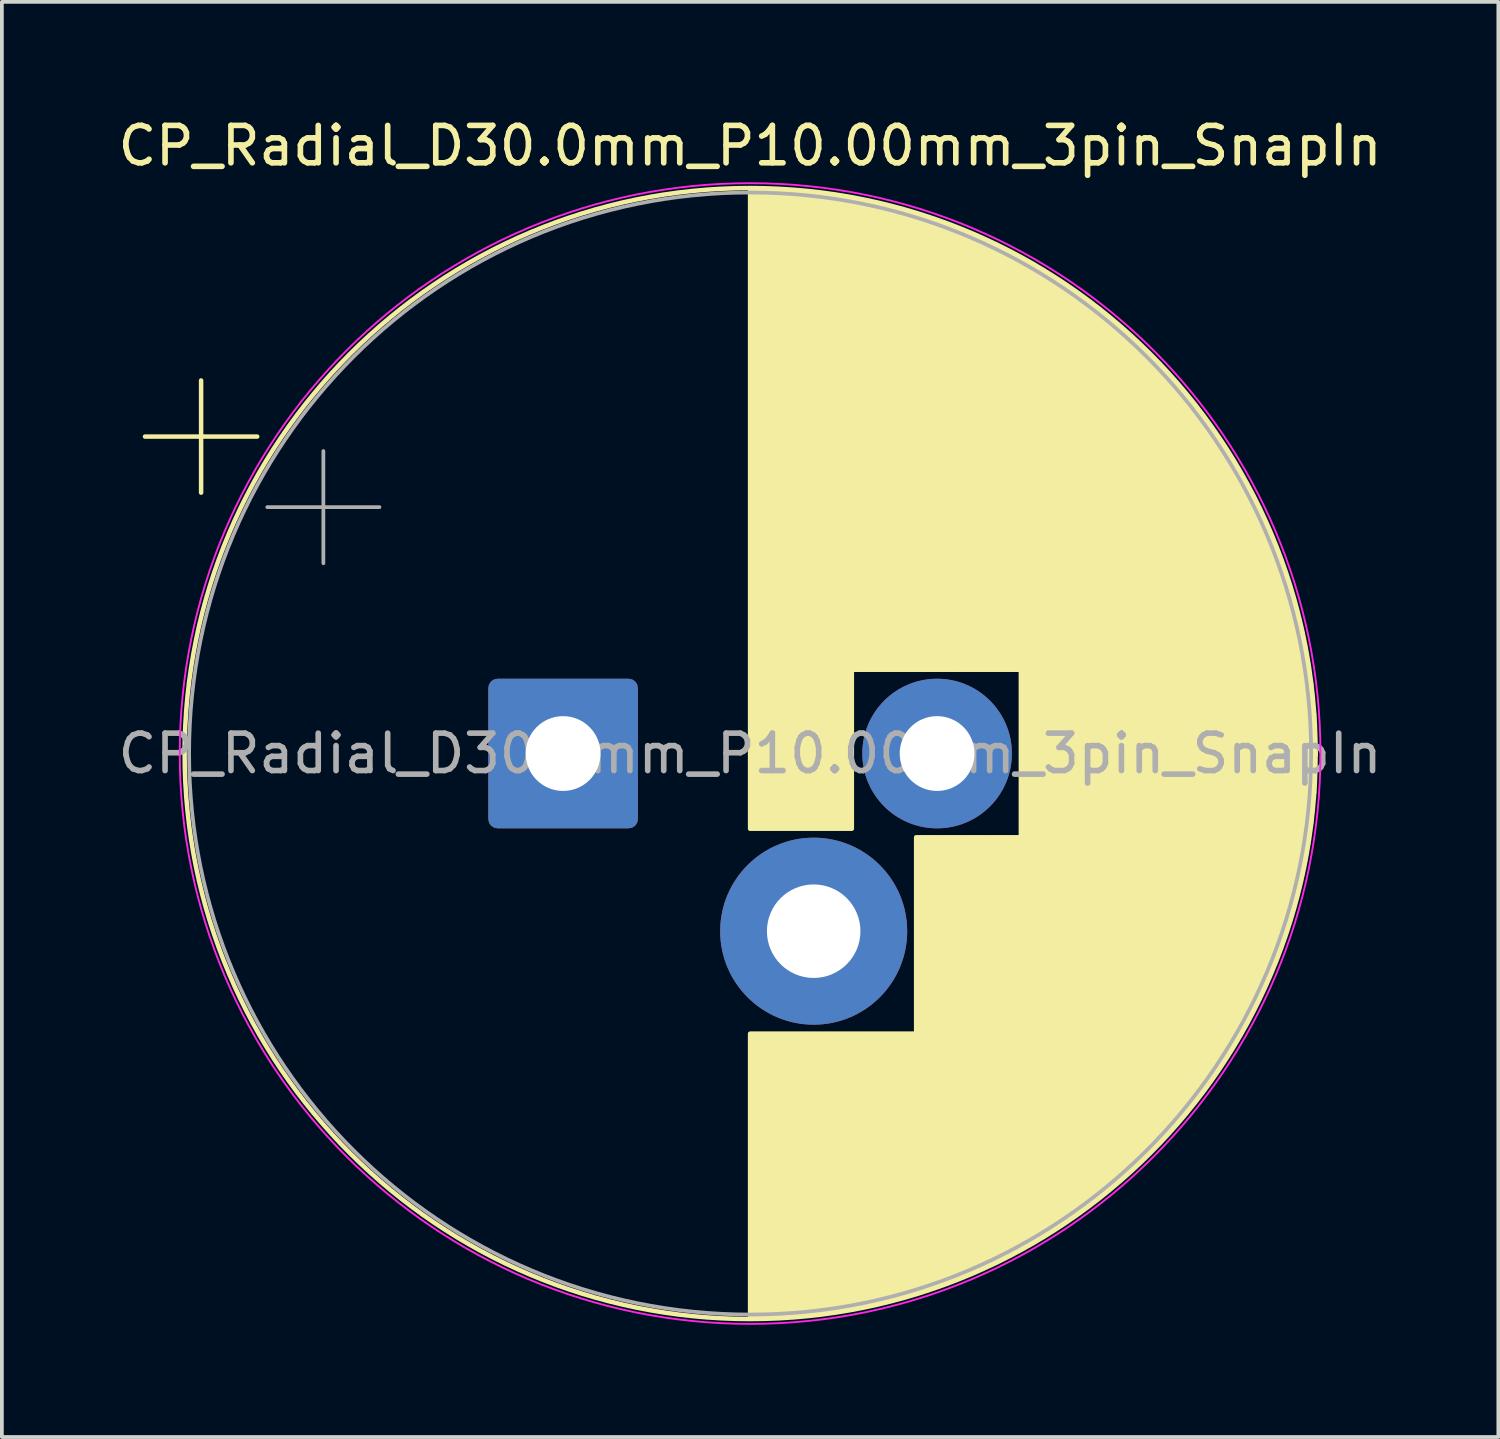
<source format=kicad_pcb>
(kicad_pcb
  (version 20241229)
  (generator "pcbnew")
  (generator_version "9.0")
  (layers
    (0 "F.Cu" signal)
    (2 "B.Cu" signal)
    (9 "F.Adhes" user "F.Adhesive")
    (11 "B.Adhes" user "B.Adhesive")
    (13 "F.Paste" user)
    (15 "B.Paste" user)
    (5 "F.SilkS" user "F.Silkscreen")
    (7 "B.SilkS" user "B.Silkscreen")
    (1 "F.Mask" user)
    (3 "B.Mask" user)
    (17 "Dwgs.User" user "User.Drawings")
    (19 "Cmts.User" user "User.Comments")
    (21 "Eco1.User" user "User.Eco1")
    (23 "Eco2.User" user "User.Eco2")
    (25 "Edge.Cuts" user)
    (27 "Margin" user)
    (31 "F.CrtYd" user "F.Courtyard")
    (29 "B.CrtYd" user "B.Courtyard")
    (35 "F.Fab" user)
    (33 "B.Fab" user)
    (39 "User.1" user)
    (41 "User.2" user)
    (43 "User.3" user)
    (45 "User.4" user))
  (footprint "CP_Radial_D30.0mm_P10.00mm_3pin_SnapIn"
    (layer "F.Cu")
    (at 12.006 17.098)
    (property "Reference" "CP_Radial_D30.0mm_P10.00mm_3pin_SnapIn" (at 5 -16.25 0) (layer "F.SilkS") (effects (font (size 1 1) (thickness 0.15))))
    (attr through_hole)
    (fp_line (start -11.179 -8.475) (end -8.179 -8.475) (stroke (width 0.12) (type solid)) (layer "F.SilkS"))
    (fp_line (start -9.679 -9.975) (end -9.679 -6.975) (stroke (width 0.12) (type solid)) (layer "F.SilkS"))
    (fp_line (start 5 -15.08) (end 5 2.01) (stroke (width 0.12) (type solid)) (layer "F.SilkS"))
    (fp_line (start 5 7.49) (end 5 15.08) (stroke (width 0.12) (type solid)) (layer "F.SilkS"))
    (fp_line (start 5.04 -15.08) (end 5.04 2.01) (stroke (width 0.12) (type solid)) (layer "F.SilkS"))
    (fp_line (start 5.04 7.49) (end 5.04 15.08) (stroke (width 0.12) (type solid)) (layer "F.SilkS"))
    (fp_line (start 5.08 -15.08) (end 5.08 2.01) (stroke (width 0.12) (type solid)) (layer "F.SilkS"))
    (fp_line (start 5.08 7.49) (end 5.08 15.08) (stroke (width 0.12) (type solid)) (layer "F.SilkS"))
    (fp_line (start 5.12 -15.08) (end 5.12 2.01) (stroke (width 0.12) (type solid)) (layer "F.SilkS"))
    (fp_line (start 5.12 7.49) (end 5.12 15.08) (stroke (width 0.12) (type solid)) (layer "F.SilkS"))
    (fp_line (start 5.16 -15.079) (end 5.16 2.01) (stroke (width 0.12) (type solid)) (layer "F.SilkS"))
    (fp_line (start 5.16 7.49) (end 5.16 15.079) (stroke (width 0.12) (type solid)) (layer "F.SilkS"))
    (fp_line (start 5.2 -15.079) (end 5.2 2.01) (stroke (width 0.12) (type solid)) (layer "F.SilkS"))
    (fp_line (start 5.2 7.49) (end 5.2 15.079) (stroke (width 0.12) (type solid)) (layer "F.SilkS"))
    (fp_line (start 5.24 -15.078) (end 5.24 2.01) (stroke (width 0.12) (type solid)) (layer "F.SilkS"))
    (fp_line (start 5.24 7.49) (end 5.24 15.078) (stroke (width 0.12) (type solid)) (layer "F.SilkS"))
    (fp_line (start 5.28 -15.077) (end 5.28 2.01) (stroke (width 0.12) (type solid)) (layer "F.SilkS"))
    (fp_line (start 5.28 7.49) (end 5.28 15.077) (stroke (width 0.12) (type solid)) (layer "F.SilkS"))
    (fp_line (start 5.32 -15.077) (end 5.32 2.01) (stroke (width 0.12) (type solid)) (layer "F.SilkS"))
    (fp_line (start 5.32 7.49) (end 5.32 15.077) (stroke (width 0.12) (type solid)) (layer "F.SilkS"))
    (fp_line (start 5.36 -15.076) (end 5.36 2.01) (stroke (width 0.12) (type solid)) (layer "F.SilkS"))
    (fp_line (start 5.36 7.49) (end 5.36 15.076) (stroke (width 0.12) (type solid)) (layer "F.SilkS"))
    (fp_line (start 5.4 -15.075) (end 5.4 2.01) (stroke (width 0.12) (type solid)) (layer "F.SilkS"))
    (fp_line (start 5.4 7.49) (end 5.4 15.075) (stroke (width 0.12) (type solid)) (layer "F.SilkS"))
    (fp_line (start 5.44 -15.074) (end 5.44 2.01) (stroke (width 0.12) (type solid)) (layer "F.SilkS"))
    (fp_line (start 5.44 7.49) (end 5.44 15.074) (stroke (width 0.12) (type solid)) (layer "F.SilkS"))
    (fp_line (start 5.48 -15.072) (end 5.48 2.01) (stroke (width 0.12) (type solid)) (layer "F.SilkS"))
    (fp_line (start 5.48 7.49) (end 5.48 15.072) (stroke (width 0.12) (type solid)) (layer "F.SilkS"))
    (fp_line (start 5.52 -15.071) (end 5.52 2.01) (stroke (width 0.12) (type solid)) (layer "F.SilkS"))
    (fp_line (start 5.52 7.49) (end 5.52 15.071) (stroke (width 0.12) (type solid)) (layer "F.SilkS"))
    (fp_line (start 5.56 -15.07) (end 5.56 2.01) (stroke (width 0.12) (type solid)) (layer "F.SilkS"))
    (fp_line (start 5.56 7.49) (end 5.56 15.07) (stroke (width 0.12) (type solid)) (layer "F.SilkS"))
    (fp_line (start 5.6 -15.068) (end 5.6 2.01) (stroke (width 0.12) (type solid)) (layer "F.SilkS"))
    (fp_line (start 5.6 7.49) (end 5.6 15.068) (stroke (width 0.12) (type solid)) (layer "F.SilkS"))
    (fp_line (start 5.64 -15.066) (end 5.64 2.01) (stroke (width 0.12) (type solid)) (layer "F.SilkS"))
    (fp_line (start 5.64 7.49) (end 5.64 15.066) (stroke (width 0.12) (type solid)) (layer "F.SilkS"))
    (fp_line (start 5.68 -15.065) (end 5.68 2.01) (stroke (width 0.12) (type solid)) (layer "F.SilkS"))
    (fp_line (start 5.68 7.49) (end 5.68 15.065) (stroke (width 0.12) (type solid)) (layer "F.SilkS"))
    (fp_line (start 5.72 -15.063) (end 5.72 2.01) (stroke (width 0.12) (type solid)) (layer "F.SilkS"))
    (fp_line (start 5.72 7.49) (end 5.72 15.063) (stroke (width 0.12) (type solid)) (layer "F.SilkS"))
    (fp_line (start 5.76 -15.061) (end 5.76 2.01) (stroke (width 0.12) (type solid)) (layer "F.SilkS"))
    (fp_line (start 5.76 7.49) (end 5.76 15.061) (stroke (width 0.12) (type solid)) (layer "F.SilkS"))
    (fp_line (start 5.8 -15.059) (end 5.8 2.01) (stroke (width 0.12) (type solid)) (layer "F.SilkS"))
    (fp_line (start 5.8 7.49) (end 5.8 15.059) (stroke (width 0.12) (type solid)) (layer "F.SilkS"))
    (fp_line (start 5.84 -15.057) (end 5.84 2.01) (stroke (width 0.12) (type solid)) (layer "F.SilkS"))
    (fp_line (start 5.84 7.49) (end 5.84 15.057) (stroke (width 0.12) (type solid)) (layer "F.SilkS"))
    (fp_line (start 5.88 -15.054) (end 5.88 2.01) (stroke (width 0.12) (type solid)) (layer "F.SilkS"))
    (fp_line (start 5.88 7.49) (end 5.88 15.054) (stroke (width 0.12) (type solid)) (layer "F.SilkS"))
    (fp_line (start 5.92 -15.052) (end 5.92 2.01) (stroke (width 0.12) (type solid)) (layer "F.SilkS"))
    (fp_line (start 5.92 7.49) (end 5.92 15.052) (stroke (width 0.12) (type solid)) (layer "F.SilkS"))
    (fp_line (start 5.96 -15.049) (end 5.96 2.01) (stroke (width 0.12) (type solid)) (layer "F.SilkS"))
    (fp_line (start 5.96 7.49) (end 5.96 15.049) (stroke (width 0.12) (type solid)) (layer "F.SilkS"))
    (fp_line (start 6 -15.047) (end 6 2.01) (stroke (width 0.12) (type solid)) (layer "F.SilkS"))
    (fp_line (start 6 7.49) (end 6 15.047) (stroke (width 0.12) (type solid)) (layer "F.SilkS"))
    (fp_line (start 6.04 -15.044) (end 6.04 2.01) (stroke (width 0.12) (type solid)) (layer "F.SilkS"))
    (fp_line (start 6.04 7.49) (end 6.04 15.044) (stroke (width 0.12) (type solid)) (layer "F.SilkS"))
    (fp_line (start 6.08 -15.041) (end 6.08 2.01) (stroke (width 0.12) (type solid)) (layer "F.SilkS"))
    (fp_line (start 6.08 7.49) (end 6.08 15.041) (stroke (width 0.12) (type solid)) (layer "F.SilkS"))
    (fp_line (start 6.12 -15.038) (end 6.12 2.01) (stroke (width 0.12) (type solid)) (layer "F.SilkS"))
    (fp_line (start 6.12 7.49) (end 6.12 15.038) (stroke (width 0.12) (type solid)) (layer "F.SilkS"))
    (fp_line (start 6.16 -15.035) (end 6.16 2.01) (stroke (width 0.12) (type solid)) (layer "F.SilkS"))
    (fp_line (start 6.16 7.49) (end 6.16 15.035) (stroke (width 0.12) (type solid)) (layer "F.SilkS"))
    (fp_line (start 6.2 -15.032) (end 6.2 2.01) (stroke (width 0.12) (type solid)) (layer "F.SilkS"))
    (fp_line (start 6.2 7.49) (end 6.2 15.032) (stroke (width 0.12) (type solid)) (layer "F.SilkS"))
    (fp_line (start 6.24 -15.029) (end 6.24 2.01) (stroke (width 0.12) (type solid)) (layer "F.SilkS"))
    (fp_line (start 6.24 7.49) (end 6.24 15.029) (stroke (width 0.12) (type solid)) (layer "F.SilkS"))
    (fp_line (start 6.28 -15.026) (end 6.28 2.01) (stroke (width 0.12) (type solid)) (layer "F.SilkS"))
    (fp_line (start 6.28 7.49) (end 6.28 15.026) (stroke (width 0.12) (type solid)) (layer "F.SilkS"))
    (fp_line (start 6.32 -15.022) (end 6.32 2.01) (stroke (width 0.12) (type solid)) (layer "F.SilkS"))
    (fp_line (start 6.32 7.49) (end 6.32 15.022) (stroke (width 0.12) (type solid)) (layer "F.SilkS"))
    (fp_line (start 6.36 -15.019) (end 6.36 2.01) (stroke (width 0.12) (type solid)) (layer "F.SilkS"))
    (fp_line (start 6.36 7.49) (end 6.36 15.019) (stroke (width 0.12) (type solid)) (layer "F.SilkS"))
    (fp_line (start 6.4 -15.015) (end 6.4 2.01) (stroke (width 0.12) (type solid)) (layer "F.SilkS"))
    (fp_line (start 6.4 7.49) (end 6.4 15.015) (stroke (width 0.12) (type solid)) (layer "F.SilkS"))
    (fp_line (start 6.44 -15.011) (end 6.44 2.01) (stroke (width 0.12) (type solid)) (layer "F.SilkS"))
    (fp_line (start 6.44 7.49) (end 6.44 15.011) (stroke (width 0.12) (type solid)) (layer "F.SilkS"))
    (fp_line (start 6.48 -15.007) (end 6.48 2.01) (stroke (width 0.12) (type solid)) (layer "F.SilkS"))
    (fp_line (start 6.48 7.49) (end 6.48 15.007) (stroke (width 0.12) (type solid)) (layer "F.SilkS"))
    (fp_line (start 6.52 -15.003) (end 6.52 2.01) (stroke (width 0.12) (type solid)) (layer "F.SilkS"))
    (fp_line (start 6.52 7.49) (end 6.52 15.003) (stroke (width 0.12) (type solid)) (layer "F.SilkS"))
    (fp_line (start 6.56 -14.999) (end 6.56 2.01) (stroke (width 0.12) (type solid)) (layer "F.SilkS"))
    (fp_line (start 6.56 7.49) (end 6.56 14.999) (stroke (width 0.12) (type solid)) (layer "F.SilkS"))
    (fp_line (start 6.6 -14.995) (end 6.6 2.01) (stroke (width 0.12) (type solid)) (layer "F.SilkS"))
    (fp_line (start 6.6 7.49) (end 6.6 14.995) (stroke (width 0.12) (type solid)) (layer "F.SilkS"))
    (fp_line (start 6.64 -14.991) (end 6.64 2.01) (stroke (width 0.12) (type solid)) (layer "F.SilkS"))
    (fp_line (start 6.64 7.49) (end 6.64 14.991) (stroke (width 0.12) (type solid)) (layer "F.SilkS"))
    (fp_line (start 6.68 -14.986) (end 6.68 2.01) (stroke (width 0.12) (type solid)) (layer "F.SilkS"))
    (fp_line (start 6.68 7.49) (end 6.68 14.986) (stroke (width 0.12) (type solid)) (layer "F.SilkS"))
    (fp_line (start 6.72 -14.982) (end 6.72 2.01) (stroke (width 0.12) (type solid)) (layer "F.SilkS"))
    (fp_line (start 6.72 7.49) (end 6.72 14.982) (stroke (width 0.12) (type solid)) (layer "F.SilkS"))
    (fp_line (start 6.76 -14.977) (end 6.76 2.01) (stroke (width 0.12) (type solid)) (layer "F.SilkS"))
    (fp_line (start 6.76 7.49) (end 6.76 14.977) (stroke (width 0.12) (type solid)) (layer "F.SilkS"))
    (fp_line (start 6.8 -14.972) (end 6.8 2.01) (stroke (width 0.12) (type solid)) (layer "F.SilkS"))
    (fp_line (start 6.8 7.49) (end 6.8 14.972) (stroke (width 0.12) (type solid)) (layer "F.SilkS"))
    (fp_line (start 6.84 -14.968) (end 6.84 2.01) (stroke (width 0.12) (type solid)) (layer "F.SilkS"))
    (fp_line (start 6.84 7.49) (end 6.84 14.968) (stroke (width 0.12) (type solid)) (layer "F.SilkS"))
    (fp_line (start 6.88 -14.963) (end 6.88 2.01) (stroke (width 0.12) (type solid)) (layer "F.SilkS"))
    (fp_line (start 6.88 7.49) (end 6.88 14.963) (stroke (width 0.12) (type solid)) (layer "F.SilkS"))
    (fp_line (start 6.92 -14.958) (end 6.92 2.01) (stroke (width 0.12) (type solid)) (layer "F.SilkS"))
    (fp_line (start 6.92 7.49) (end 6.92 14.958) (stroke (width 0.12) (type solid)) (layer "F.SilkS"))
    (fp_line (start 6.96 -14.952) (end 6.96 2.01) (stroke (width 0.12) (type solid)) (layer "F.SilkS"))
    (fp_line (start 6.96 7.49) (end 6.96 14.952) (stroke (width 0.12) (type solid)) (layer "F.SilkS"))
    (fp_line (start 7 -14.947) (end 7 2.01) (stroke (width 0.12) (type solid)) (layer "F.SilkS"))
    (fp_line (start 7 7.49) (end 7 14.947) (stroke (width 0.12) (type solid)) (layer "F.SilkS"))
    (fp_line (start 7.04 -14.942) (end 7.04 2.01) (stroke (width 0.12) (type solid)) (layer "F.SilkS"))
    (fp_line (start 7.04 7.49) (end 7.04 14.942) (stroke (width 0.12) (type solid)) (layer "F.SilkS"))
    (fp_line (start 7.08 -14.936) (end 7.08 2.01) (stroke (width 0.12) (type solid)) (layer "F.SilkS"))
    (fp_line (start 7.08 7.49) (end 7.08 14.936) (stroke (width 0.12) (type solid)) (layer "F.SilkS"))
    (fp_line (start 7.12 -14.931) (end 7.12 2.01) (stroke (width 0.12) (type solid)) (layer "F.SilkS"))
    (fp_line (start 7.12 7.49) (end 7.12 14.931) (stroke (width 0.12) (type solid)) (layer "F.SilkS"))
    (fp_line (start 7.16 -14.925) (end 7.16 2.01) (stroke (width 0.12) (type solid)) (layer "F.SilkS"))
    (fp_line (start 7.16 7.49) (end 7.16 14.925) (stroke (width 0.12) (type solid)) (layer "F.SilkS"))
    (fp_line (start 7.2 -14.919) (end 7.2 2.01) (stroke (width 0.12) (type solid)) (layer "F.SilkS"))
    (fp_line (start 7.2 7.49) (end 7.2 14.919) (stroke (width 0.12) (type solid)) (layer "F.SilkS"))
    (fp_line (start 7.24 -14.913) (end 7.24 2.01) (stroke (width 0.12) (type solid)) (layer "F.SilkS"))
    (fp_line (start 7.24 7.49) (end 7.24 14.913) (stroke (width 0.12) (type solid)) (layer "F.SilkS"))
    (fp_line (start 7.28 -14.907) (end 7.28 2.01) (stroke (width 0.12) (type solid)) (layer "F.SilkS"))
    (fp_line (start 7.28 7.49) (end 7.28 14.907) (stroke (width 0.12) (type solid)) (layer "F.SilkS"))
    (fp_line (start 7.32 -14.901) (end 7.32 2.01) (stroke (width 0.12) (type solid)) (layer "F.SilkS"))
    (fp_line (start 7.32 7.49) (end 7.32 14.901) (stroke (width 0.12) (type solid)) (layer "F.SilkS"))
    (fp_line (start 7.36 -14.895) (end 7.36 2.01) (stroke (width 0.12) (type solid)) (layer "F.SilkS"))
    (fp_line (start 7.36 7.49) (end 7.36 14.895) (stroke (width 0.12) (type solid)) (layer "F.SilkS"))
    (fp_line (start 7.4 -14.888) (end 7.4 2.01) (stroke (width 0.12) (type solid)) (layer "F.SilkS"))
    (fp_line (start 7.4 7.49) (end 7.4 14.888) (stroke (width 0.12) (type solid)) (layer "F.SilkS"))
    (fp_line (start 7.44 -14.882) (end 7.44 2.01) (stroke (width 0.12) (type solid)) (layer "F.SilkS"))
    (fp_line (start 7.44 7.49) (end 7.44 14.882) (stroke (width 0.12) (type solid)) (layer "F.SilkS"))
    (fp_line (start 7.48 -14.875) (end 7.48 2.01) (stroke (width 0.12) (type solid)) (layer "F.SilkS"))
    (fp_line (start 7.48 7.49) (end 7.48 14.875) (stroke (width 0.12) (type solid)) (layer "F.SilkS"))
    (fp_line (start 7.52 -14.869) (end 7.52 2.01) (stroke (width 0.12) (type solid)) (layer "F.SilkS"))
    (fp_line (start 7.52 7.49) (end 7.52 14.869) (stroke (width 0.12) (type solid)) (layer "F.SilkS"))
    (fp_line (start 7.56 -14.862) (end 7.56 2.01) (stroke (width 0.12) (type solid)) (layer "F.SilkS"))
    (fp_line (start 7.56 7.49) (end 7.56 14.862) (stroke (width 0.12) (type solid)) (layer "F.SilkS"))
    (fp_line (start 7.6 -14.855) (end 7.6 2.01) (stroke (width 0.12) (type solid)) (layer "F.SilkS"))
    (fp_line (start 7.6 7.49) (end 7.6 14.855) (stroke (width 0.12) (type solid)) (layer "F.SilkS"))
    (fp_line (start 7.64 -14.848) (end 7.64 2.01) (stroke (width 0.12) (type solid)) (layer "F.SilkS"))
    (fp_line (start 7.64 7.49) (end 7.64 14.848) (stroke (width 0.12) (type solid)) (layer "F.SilkS"))
    (fp_line (start 7.68 -14.841) (end 7.68 2.01) (stroke (width 0.12) (type solid)) (layer "F.SilkS"))
    (fp_line (start 7.68 7.49) (end 7.68 14.841) (stroke (width 0.12) (type solid)) (layer "F.SilkS"))
    (fp_line (start 7.72 -14.833) (end 7.72 2.01) (stroke (width 0.12) (type solid)) (layer "F.SilkS"))
    (fp_line (start 7.72 7.49) (end 7.72 14.833) (stroke (width 0.12) (type solid)) (layer "F.SilkS"))
    (fp_line (start 7.76 -14.826) (end 7.76 -2.24) (stroke (width 0.12) (type solid)) (layer "F.SilkS"))
    (fp_line (start 7.76 7.49) (end 7.76 14.826) (stroke (width 0.12) (type solid)) (layer "F.SilkS"))
    (fp_line (start 7.8 -14.818) (end 7.8 -2.24) (stroke (width 0.12) (type solid)) (layer "F.SilkS"))
    (fp_line (start 7.8 7.49) (end 7.8 14.818) (stroke (width 0.12) (type solid)) (layer "F.SilkS"))
    (fp_line (start 7.84 -14.811) (end 7.84 -2.24) (stroke (width 0.12) (type solid)) (layer "F.SilkS"))
    (fp_line (start 7.84 7.49) (end 7.84 14.811) (stroke (width 0.12) (type solid)) (layer "F.SilkS"))
    (fp_line (start 7.88 -14.803) (end 7.88 -2.24) (stroke (width 0.12) (type solid)) (layer "F.SilkS"))
    (fp_line (start 7.88 7.49) (end 7.88 14.803) (stroke (width 0.12) (type solid)) (layer "F.SilkS"))
    (fp_line (start 7.92 -14.795) (end 7.92 -2.24) (stroke (width 0.12) (type solid)) (layer "F.SilkS"))
    (fp_line (start 7.92 7.49) (end 7.92 14.795) (stroke (width 0.12) (type solid)) (layer "F.SilkS"))
    (fp_line (start 7.96 -14.787) (end 7.96 -2.24) (stroke (width 0.12) (type solid)) (layer "F.SilkS"))
    (fp_line (start 7.96 7.49) (end 7.96 14.787) (stroke (width 0.12) (type solid)) (layer "F.SilkS"))
    (fp_line (start 8 -14.779) (end 8 -2.24) (stroke (width 0.12) (type solid)) (layer "F.SilkS"))
    (fp_line (start 8 7.49) (end 8 14.779) (stroke (width 0.12) (type solid)) (layer "F.SilkS"))
    (fp_line (start 8.04 -14.771) (end 8.04 -2.24) (stroke (width 0.12) (type solid)) (layer "F.SilkS"))
    (fp_line (start 8.04 7.49) (end 8.04 14.771) (stroke (width 0.12) (type solid)) (layer "F.SilkS"))
    (fp_line (start 8.08 -14.763) (end 8.08 -2.24) (stroke (width 0.12) (type solid)) (layer "F.SilkS"))
    (fp_line (start 8.08 7.49) (end 8.08 14.763) (stroke (width 0.12) (type solid)) (layer "F.SilkS"))
    (fp_line (start 8.12 -14.755) (end 8.12 -2.24) (stroke (width 0.12) (type solid)) (layer "F.SilkS"))
    (fp_line (start 8.12 7.49) (end 8.12 14.755) (stroke (width 0.12) (type solid)) (layer "F.SilkS"))
    (fp_line (start 8.16 -14.746) (end 8.16 -2.24) (stroke (width 0.12) (type solid)) (layer "F.SilkS"))
    (fp_line (start 8.16 7.49) (end 8.16 14.746) (stroke (width 0.12) (type solid)) (layer "F.SilkS"))
    (fp_line (start 8.2 -14.737) (end 8.2 -2.24) (stroke (width 0.12) (type solid)) (layer "F.SilkS"))
    (fp_line (start 8.2 7.49) (end 8.2 14.737) (stroke (width 0.12) (type solid)) (layer "F.SilkS"))
    (fp_line (start 8.24 -14.729) (end 8.24 -2.24) (stroke (width 0.12) (type solid)) (layer "F.SilkS"))
    (fp_line (start 8.24 7.49) (end 8.24 14.729) (stroke (width 0.12) (type solid)) (layer "F.SilkS"))
    (fp_line (start 8.28 -14.72) (end 8.28 -2.24) (stroke (width 0.12) (type solid)) (layer "F.SilkS"))
    (fp_line (start 8.28 7.49) (end 8.28 14.72) (stroke (width 0.12) (type solid)) (layer "F.SilkS"))
    (fp_line (start 8.32 -14.711) (end 8.32 -2.24) (stroke (width 0.12) (type solid)) (layer "F.SilkS"))
    (fp_line (start 8.32 7.49) (end 8.32 14.711) (stroke (width 0.12) (type solid)) (layer "F.SilkS"))
    (fp_line (start 8.36 -14.702) (end 8.36 -2.24) (stroke (width 0.12) (type solid)) (layer "F.SilkS"))
    (fp_line (start 8.36 7.49) (end 8.36 14.702) (stroke (width 0.12) (type solid)) (layer "F.SilkS"))
    (fp_line (start 8.4 -14.693) (end 8.4 -2.24) (stroke (width 0.12) (type solid)) (layer "F.SilkS"))
    (fp_line (start 8.4 7.49) (end 8.4 14.693) (stroke (width 0.12) (type solid)) (layer "F.SilkS"))
    (fp_line (start 8.44 -14.683) (end 8.44 -2.24) (stroke (width 0.12) (type solid)) (layer "F.SilkS"))
    (fp_line (start 8.44 7.49) (end 8.44 14.683) (stroke (width 0.12) (type solid)) (layer "F.SilkS"))
    (fp_line (start 8.48 -14.674) (end 8.48 -2.24) (stroke (width 0.12) (type solid)) (layer "F.SilkS"))
    (fp_line (start 8.48 7.49) (end 8.48 14.674) (stroke (width 0.12) (type solid)) (layer "F.SilkS"))
    (fp_line (start 8.52 -14.665) (end 8.52 -2.24) (stroke (width 0.12) (type solid)) (layer "F.SilkS"))
    (fp_line (start 8.52 7.49) (end 8.52 14.665) (stroke (width 0.12) (type solid)) (layer "F.SilkS"))
    (fp_line (start 8.56 -14.655) (end 8.56 -2.24) (stroke (width 0.12) (type solid)) (layer "F.SilkS"))
    (fp_line (start 8.56 7.49) (end 8.56 14.655) (stroke (width 0.12) (type solid)) (layer "F.SilkS"))
    (fp_line (start 8.6 -14.645) (end 8.6 -2.24) (stroke (width 0.12) (type solid)) (layer "F.SilkS"))
    (fp_line (start 8.6 7.49) (end 8.6 14.645) (stroke (width 0.12) (type solid)) (layer "F.SilkS"))
    (fp_line (start 8.64 -14.635) (end 8.64 -2.24) (stroke (width 0.12) (type solid)) (layer "F.SilkS"))
    (fp_line (start 8.64 7.49) (end 8.64 14.635) (stroke (width 0.12) (type solid)) (layer "F.SilkS"))
    (fp_line (start 8.68 -14.625) (end 8.68 -2.24) (stroke (width 0.12) (type solid)) (layer "F.SilkS"))
    (fp_line (start 8.68 7.49) (end 8.68 14.625) (stroke (width 0.12) (type solid)) (layer "F.SilkS"))
    (fp_line (start 8.72 -14.615) (end 8.72 -2.24) (stroke (width 0.12) (type solid)) (layer "F.SilkS"))
    (fp_line (start 8.72 7.49) (end 8.72 14.615) (stroke (width 0.12) (type solid)) (layer "F.SilkS"))
    (fp_line (start 8.76 -14.605) (end 8.76 -2.24) (stroke (width 0.12) (type solid)) (layer "F.SilkS"))
    (fp_line (start 8.76 7.49) (end 8.76 14.605) (stroke (width 0.12) (type solid)) (layer "F.SilkS"))
    (fp_line (start 8.8 -14.595) (end 8.8 -2.24) (stroke (width 0.12) (type solid)) (layer "F.SilkS"))
    (fp_line (start 8.8 7.49) (end 8.8 14.595) (stroke (width 0.12) (type solid)) (layer "F.SilkS"))
    (fp_line (start 8.84 -14.584) (end 8.84 -2.24) (stroke (width 0.12) (type solid)) (layer "F.SilkS"))
    (fp_line (start 8.84 7.49) (end 8.84 14.584) (stroke (width 0.12) (type solid)) (layer "F.SilkS"))
    (fp_line (start 8.88 -14.574) (end 8.88 -2.24) (stroke (width 0.12) (type solid)) (layer "F.SilkS"))
    (fp_line (start 8.88 7.49) (end 8.88 14.574) (stroke (width 0.12) (type solid)) (layer "F.SilkS"))
    (fp_line (start 8.92 -14.563) (end 8.92 -2.24) (stroke (width 0.12) (type solid)) (layer "F.SilkS"))
    (fp_line (start 8.92 7.49) (end 8.92 14.563) (stroke (width 0.12) (type solid)) (layer "F.SilkS"))
    (fp_line (start 8.96 -14.552) (end 8.96 -2.24) (stroke (width 0.12) (type solid)) (layer "F.SilkS"))
    (fp_line (start 8.96 7.49) (end 8.96 14.552) (stroke (width 0.12) (type solid)) (layer "F.SilkS"))
    (fp_line (start 9 -14.541) (end 9 -2.24) (stroke (width 0.12) (type solid)) (layer "F.SilkS"))
    (fp_line (start 9 7.49) (end 9 14.541) (stroke (width 0.12) (type solid)) (layer "F.SilkS"))
    (fp_line (start 9.04 -14.53) (end 9.04 -2.24) (stroke (width 0.12) (type solid)) (layer "F.SilkS"))
    (fp_line (start 9.04 7.49) (end 9.04 14.53) (stroke (width 0.12) (type solid)) (layer "F.SilkS"))
    (fp_line (start 9.08 -14.519) (end 9.08 -2.24) (stroke (width 0.12) (type solid)) (layer "F.SilkS"))
    (fp_line (start 9.08 7.49) (end 9.08 14.519) (stroke (width 0.12) (type solid)) (layer "F.SilkS"))
    (fp_line (start 9.12 -14.508) (end 9.12 -2.24) (stroke (width 0.12) (type solid)) (layer "F.SilkS"))
    (fp_line (start 9.12 7.49) (end 9.12 14.508) (stroke (width 0.12) (type solid)) (layer "F.SilkS"))
    (fp_line (start 9.16 -14.496) (end 9.16 -2.24) (stroke (width 0.12) (type solid)) (layer "F.SilkS"))
    (fp_line (start 9.16 7.49) (end 9.16 14.496) (stroke (width 0.12) (type solid)) (layer "F.SilkS"))
    (fp_line (start 9.2 -14.485) (end 9.2 -2.24) (stroke (width 0.12) (type solid)) (layer "F.SilkS"))
    (fp_line (start 9.2 7.49) (end 9.2 14.485) (stroke (width 0.12) (type solid)) (layer "F.SilkS"))
    (fp_line (start 9.24 -14.473) (end 9.24 -2.24) (stroke (width 0.12) (type solid)) (layer "F.SilkS"))
    (fp_line (start 9.24 7.49) (end 9.24 14.473) (stroke (width 0.12) (type solid)) (layer "F.SilkS"))
    (fp_line (start 9.28 -14.462) (end 9.28 -2.24) (stroke (width 0.12) (type solid)) (layer "F.SilkS"))
    (fp_line (start 9.28 7.49) (end 9.28 14.462) (stroke (width 0.12) (type solid)) (layer "F.SilkS"))
    (fp_line (start 9.32 -14.45) (end 9.32 -2.24) (stroke (width 0.12) (type solid)) (layer "F.SilkS"))
    (fp_line (start 9.32 7.49) (end 9.32 14.45) (stroke (width 0.12) (type solid)) (layer "F.SilkS"))
    (fp_line (start 9.36 -14.438) (end 9.36 -2.24) (stroke (width 0.12) (type solid)) (layer "F.SilkS"))
    (fp_line (start 9.36 7.49) (end 9.36 14.438) (stroke (width 0.12) (type solid)) (layer "F.SilkS"))
    (fp_line (start 9.4 -14.426) (end 9.4 -2.24) (stroke (width 0.12) (type solid)) (layer "F.SilkS"))
    (fp_line (start 9.4 7.49) (end 9.4 14.426) (stroke (width 0.12) (type solid)) (layer "F.SilkS"))
    (fp_line (start 9.44 -14.413) (end 9.44 -2.24) (stroke (width 0.12) (type solid)) (layer "F.SilkS"))
    (fp_line (start 9.44 2.24) (end 9.44 14.413) (stroke (width 0.12) (type solid)) (layer "F.SilkS"))
    (fp_line (start 9.48 -14.401) (end 9.48 -2.24) (stroke (width 0.12) (type solid)) (layer "F.SilkS"))
    (fp_line (start 9.48 2.24) (end 9.48 14.401) (stroke (width 0.12) (type solid)) (layer "F.SilkS"))
    (fp_line (start 9.52 -14.389) (end 9.52 -2.24) (stroke (width 0.12) (type solid)) (layer "F.SilkS"))
    (fp_line (start 9.52 2.24) (end 9.52 14.389) (stroke (width 0.12) (type solid)) (layer "F.SilkS"))
    (fp_line (start 9.56 -14.376) (end 9.56 -2.24) (stroke (width 0.12) (type solid)) (layer "F.SilkS"))
    (fp_line (start 9.56 2.24) (end 9.56 14.376) (stroke (width 0.12) (type solid)) (layer "F.SilkS"))
    (fp_line (start 9.6 -14.363) (end 9.6 -2.24) (stroke (width 0.12) (type solid)) (layer "F.SilkS"))
    (fp_line (start 9.6 2.24) (end 9.6 14.363) (stroke (width 0.12) (type solid)) (layer "F.SilkS"))
    (fp_line (start 9.64 -14.35) (end 9.64 -2.24) (stroke (width 0.12) (type solid)) (layer "F.SilkS"))
    (fp_line (start 9.64 2.24) (end 9.64 14.35) (stroke (width 0.12) (type solid)) (layer "F.SilkS"))
    (fp_line (start 9.68 -14.337) (end 9.68 -2.24) (stroke (width 0.12) (type solid)) (layer "F.SilkS"))
    (fp_line (start 9.68 2.24) (end 9.68 14.337) (stroke (width 0.12) (type solid)) (layer "F.SilkS"))
    (fp_line (start 9.72 -14.324) (end 9.72 -2.24) (stroke (width 0.12) (type solid)) (layer "F.SilkS"))
    (fp_line (start 9.72 2.24) (end 9.72 14.324) (stroke (width 0.12) (type solid)) (layer "F.SilkS"))
    (fp_line (start 9.76 -14.311) (end 9.76 -2.24) (stroke (width 0.12) (type solid)) (layer "F.SilkS"))
    (fp_line (start 9.76 2.24) (end 9.76 14.311) (stroke (width 0.12) (type solid)) (layer "F.SilkS"))
    (fp_line (start 9.8 -14.298) (end 9.8 -2.24) (stroke (width 0.12) (type solid)) (layer "F.SilkS"))
    (fp_line (start 9.8 2.24) (end 9.8 14.298) (stroke (width 0.12) (type solid)) (layer "F.SilkS"))
    (fp_line (start 9.84 -14.284) (end 9.84 -2.24) (stroke (width 0.12) (type solid)) (layer "F.SilkS"))
    (fp_line (start 9.84 2.24) (end 9.84 14.284) (stroke (width 0.12) (type solid)) (layer "F.SilkS"))
    (fp_line (start 9.88 -14.271) (end 9.88 -2.24) (stroke (width 0.12) (type solid)) (layer "F.SilkS"))
    (fp_line (start 9.88 2.24) (end 9.88 14.271) (stroke (width 0.12) (type solid)) (layer "F.SilkS"))
    (fp_line (start 9.92 -14.257) (end 9.92 -2.24) (stroke (width 0.12) (type solid)) (layer "F.SilkS"))
    (fp_line (start 9.92 2.24) (end 9.92 14.257) (stroke (width 0.12) (type solid)) (layer "F.SilkS"))
    (fp_line (start 9.96 -14.243) (end 9.96 -2.24) (stroke (width 0.12) (type solid)) (layer "F.SilkS"))
    (fp_line (start 9.96 2.24) (end 9.96 14.243) (stroke (width 0.12) (type solid)) (layer "F.SilkS"))
    (fp_line (start 10 -14.229) (end 10 -2.24) (stroke (width 0.12) (type solid)) (layer "F.SilkS"))
    (fp_line (start 10 2.24) (end 10 14.229) (stroke (width 0.12) (type solid)) (layer "F.SilkS"))
    (fp_line (start 10.04 -14.215) (end 10.04 -2.24) (stroke (width 0.12) (type solid)) (layer "F.SilkS"))
    (fp_line (start 10.04 2.24) (end 10.04 14.215) (stroke (width 0.12) (type solid)) (layer "F.SilkS"))
    (fp_line (start 10.08 -14.201) (end 10.08 -2.24) (stroke (width 0.12) (type solid)) (layer "F.SilkS"))
    (fp_line (start 10.08 2.24) (end 10.08 14.201) (stroke (width 0.12) (type solid)) (layer "F.SilkS"))
    (fp_line (start 10.12 -14.187) (end 10.12 -2.24) (stroke (width 0.12) (type solid)) (layer "F.SilkS"))
    (fp_line (start 10.12 2.24) (end 10.12 14.187) (stroke (width 0.12) (type solid)) (layer "F.SilkS"))
    (fp_line (start 10.16 -14.172) (end 10.16 -2.24) (stroke (width 0.12) (type solid)) (layer "F.SilkS"))
    (fp_line (start 10.16 2.24) (end 10.16 14.172) (stroke (width 0.12) (type solid)) (layer "F.SilkS"))
    (fp_line (start 10.2 -14.158) (end 10.2 -2.24) (stroke (width 0.12) (type solid)) (layer "F.SilkS"))
    (fp_line (start 10.2 2.24) (end 10.2 14.158) (stroke (width 0.12) (type solid)) (layer "F.SilkS"))
    (fp_line (start 10.24 -14.143) (end 10.24 -2.24) (stroke (width 0.12) (type solid)) (layer "F.SilkS"))
    (fp_line (start 10.24 2.24) (end 10.24 14.143) (stroke (width 0.12) (type solid)) (layer "F.SilkS"))
    (fp_line (start 10.28 -14.128) (end 10.28 -2.24) (stroke (width 0.12) (type solid)) (layer "F.SilkS"))
    (fp_line (start 10.28 2.24) (end 10.28 14.128) (stroke (width 0.12) (type solid)) (layer "F.SilkS"))
    (fp_line (start 10.32 -14.113) (end 10.32 -2.24) (stroke (width 0.12) (type solid)) (layer "F.SilkS"))
    (fp_line (start 10.32 2.24) (end 10.32 14.113) (stroke (width 0.12) (type solid)) (layer "F.SilkS"))
    (fp_line (start 10.36 -14.098) (end 10.36 -2.24) (stroke (width 0.12) (type solid)) (layer "F.SilkS"))
    (fp_line (start 10.36 2.24) (end 10.36 14.098) (stroke (width 0.12) (type solid)) (layer "F.SilkS"))
    (fp_line (start 10.4 -14.083) (end 10.4 -2.24) (stroke (width 0.12) (type solid)) (layer "F.SilkS"))
    (fp_line (start 10.4 2.24) (end 10.4 14.083) (stroke (width 0.12) (type solid)) (layer "F.SilkS"))
    (fp_line (start 10.44 -14.067) (end 10.44 -2.24) (stroke (width 0.12) (type solid)) (layer "F.SilkS"))
    (fp_line (start 10.44 2.24) (end 10.44 14.067) (stroke (width 0.12) (type solid)) (layer "F.SilkS"))
    (fp_line (start 10.48 -14.052) (end 10.48 -2.24) (stroke (width 0.12) (type solid)) (layer "F.SilkS"))
    (fp_line (start 10.48 2.24) (end 10.48 14.052) (stroke (width 0.12) (type solid)) (layer "F.SilkS"))
    (fp_line (start 10.52 -14.036) (end 10.52 -2.24) (stroke (width 0.12) (type solid)) (layer "F.SilkS"))
    (fp_line (start 10.52 2.24) (end 10.52 14.036) (stroke (width 0.12) (type solid)) (layer "F.SilkS"))
    (fp_line (start 10.56 -14.021) (end 10.56 -2.24) (stroke (width 0.12) (type solid)) (layer "F.SilkS"))
    (fp_line (start 10.56 2.24) (end 10.56 14.021) (stroke (width 0.12) (type solid)) (layer "F.SilkS"))
    (fp_line (start 10.6 -14.005) (end 10.6 -2.24) (stroke (width 0.12) (type solid)) (layer "F.SilkS"))
    (fp_line (start 10.6 2.24) (end 10.6 14.005) (stroke (width 0.12) (type solid)) (layer "F.SilkS"))
    (fp_line (start 10.64 -13.989) (end 10.64 -2.24) (stroke (width 0.12) (type solid)) (layer "F.SilkS"))
    (fp_line (start 10.64 2.24) (end 10.64 13.989) (stroke (width 0.12) (type solid)) (layer "F.SilkS"))
    (fp_line (start 10.68 -13.973) (end 10.68 -2.24) (stroke (width 0.12) (type solid)) (layer "F.SilkS"))
    (fp_line (start 10.68 2.24) (end 10.68 13.973) (stroke (width 0.12) (type solid)) (layer "F.SilkS"))
    (fp_line (start 10.72 -13.956) (end 10.72 -2.24) (stroke (width 0.12) (type solid)) (layer "F.SilkS"))
    (fp_line (start 10.72 2.24) (end 10.72 13.956) (stroke (width 0.12) (type solid)) (layer "F.SilkS"))
    (fp_line (start 10.76 -13.94) (end 10.76 -2.24) (stroke (width 0.12) (type solid)) (layer "F.SilkS"))
    (fp_line (start 10.76 2.24) (end 10.76 13.94) (stroke (width 0.12) (type solid)) (layer "F.SilkS"))
    (fp_line (start 10.8 -13.923) (end 10.8 -2.24) (stroke (width 0.12) (type solid)) (layer "F.SilkS"))
    (fp_line (start 10.8 2.24) (end 10.8 13.923) (stroke (width 0.12) (type solid)) (layer "F.SilkS"))
    (fp_line (start 10.84 -13.907) (end 10.84 -2.24) (stroke (width 0.12) (type solid)) (layer "F.SilkS"))
    (fp_line (start 10.84 2.24) (end 10.84 13.907) (stroke (width 0.12) (type solid)) (layer "F.SilkS"))
    (fp_line (start 10.88 -13.89) (end 10.88 -2.24) (stroke (width 0.12) (type solid)) (layer "F.SilkS"))
    (fp_line (start 10.88 2.24) (end 10.88 13.89) (stroke (width 0.12) (type solid)) (layer "F.SilkS"))
    (fp_line (start 10.92 -13.873) (end 10.92 -2.24) (stroke (width 0.12) (type solid)) (layer "F.SilkS"))
    (fp_line (start 10.92 2.24) (end 10.92 13.873) (stroke (width 0.12) (type solid)) (layer "F.SilkS"))
    (fp_line (start 10.96 -13.856) (end 10.96 -2.24) (stroke (width 0.12) (type solid)) (layer "F.SilkS"))
    (fp_line (start 10.96 2.24) (end 10.96 13.856) (stroke (width 0.12) (type solid)) (layer "F.SilkS"))
    (fp_line (start 11 -13.839) (end 11 -2.24) (stroke (width 0.12) (type solid)) (layer "F.SilkS"))
    (fp_line (start 11 2.24) (end 11 13.839) (stroke (width 0.12) (type solid)) (layer "F.SilkS"))
    (fp_line (start 11.04 -13.821) (end 11.04 -2.24) (stroke (width 0.12) (type solid)) (layer "F.SilkS"))
    (fp_line (start 11.04 2.24) (end 11.04 13.821) (stroke (width 0.12) (type solid)) (layer "F.SilkS"))
    (fp_line (start 11.08 -13.804) (end 11.08 -2.24) (stroke (width 0.12) (type solid)) (layer "F.SilkS"))
    (fp_line (start 11.08 2.24) (end 11.08 13.804) (stroke (width 0.12) (type solid)) (layer "F.SilkS"))
    (fp_line (start 11.12 -13.786) (end 11.12 -2.24) (stroke (width 0.12) (type solid)) (layer "F.SilkS"))
    (fp_line (start 11.12 2.24) (end 11.12 13.786) (stroke (width 0.12) (type solid)) (layer "F.SilkS"))
    (fp_line (start 11.16 -13.768) (end 11.16 -2.24) (stroke (width 0.12) (type solid)) (layer "F.SilkS"))
    (fp_line (start 11.16 2.24) (end 11.16 13.768) (stroke (width 0.12) (type solid)) (layer "F.SilkS"))
    (fp_line (start 11.2 -13.75) (end 11.2 -2.24) (stroke (width 0.12) (type solid)) (layer "F.SilkS"))
    (fp_line (start 11.2 2.24) (end 11.2 13.75) (stroke (width 0.12) (type solid)) (layer "F.SilkS"))
    (fp_line (start 11.24 -13.732) (end 11.24 -2.24) (stroke (width 0.12) (type solid)) (layer "F.SilkS"))
    (fp_line (start 11.24 2.24) (end 11.24 13.732) (stroke (width 0.12) (type solid)) (layer "F.SilkS"))
    (fp_line (start 11.28 -13.714) (end 11.28 -2.24) (stroke (width 0.12) (type solid)) (layer "F.SilkS"))
    (fp_line (start 11.28 2.24) (end 11.28 13.714) (stroke (width 0.12) (type solid)) (layer "F.SilkS"))
    (fp_line (start 11.32 -13.696) (end 11.32 -2.24) (stroke (width 0.12) (type solid)) (layer "F.SilkS"))
    (fp_line (start 11.32 2.24) (end 11.32 13.696) (stroke (width 0.12) (type solid)) (layer "F.SilkS"))
    (fp_line (start 11.36 -13.677) (end 11.36 -2.24) (stroke (width 0.12) (type solid)) (layer "F.SilkS"))
    (fp_line (start 11.36 2.24) (end 11.36 13.677) (stroke (width 0.12) (type solid)) (layer "F.SilkS"))
    (fp_line (start 11.4 -13.659) (end 11.4 -2.24) (stroke (width 0.12) (type solid)) (layer "F.SilkS"))
    (fp_line (start 11.4 2.24) (end 11.4 13.659) (stroke (width 0.12) (type solid)) (layer "F.SilkS"))
    (fp_line (start 11.44 -13.64) (end 11.44 -2.24) (stroke (width 0.12) (type solid)) (layer "F.SilkS"))
    (fp_line (start 11.44 2.24) (end 11.44 13.64) (stroke (width 0.12) (type solid)) (layer "F.SilkS"))
    (fp_line (start 11.48 -13.621) (end 11.48 -2.24) (stroke (width 0.12) (type solid)) (layer "F.SilkS"))
    (fp_line (start 11.48 2.24) (end 11.48 13.621) (stroke (width 0.12) (type solid)) (layer "F.SilkS"))
    (fp_line (start 11.52 -13.602) (end 11.52 -2.24) (stroke (width 0.12) (type solid)) (layer "F.SilkS"))
    (fp_line (start 11.52 2.24) (end 11.52 13.602) (stroke (width 0.12) (type solid)) (layer "F.SilkS"))
    (fp_line (start 11.56 -13.583) (end 11.56 -2.24) (stroke (width 0.12) (type solid)) (layer "F.SilkS"))
    (fp_line (start 11.56 2.24) (end 11.56 13.583) (stroke (width 0.12) (type solid)) (layer "F.SilkS"))
    (fp_line (start 11.6 -13.563) (end 11.6 -2.24) (stroke (width 0.12) (type solid)) (layer "F.SilkS"))
    (fp_line (start 11.6 2.24) (end 11.6 13.563) (stroke (width 0.12) (type solid)) (layer "F.SilkS"))
    (fp_line (start 11.64 -13.544) (end 11.64 -2.24) (stroke (width 0.12) (type solid)) (layer "F.SilkS"))
    (fp_line (start 11.64 2.24) (end 11.64 13.544) (stroke (width 0.12) (type solid)) (layer "F.SilkS"))
    (fp_line (start 11.68 -13.524) (end 11.68 -2.24) (stroke (width 0.12) (type solid)) (layer "F.SilkS"))
    (fp_line (start 11.68 2.24) (end 11.68 13.524) (stroke (width 0.12) (type solid)) (layer "F.SilkS"))
    (fp_line (start 11.72 -13.505) (end 11.72 -2.24) (stroke (width 0.12) (type solid)) (layer "F.SilkS"))
    (fp_line (start 11.72 2.24) (end 11.72 13.505) (stroke (width 0.12) (type solid)) (layer "F.SilkS"))
    (fp_line (start 11.76 -13.485) (end 11.76 -2.24) (stroke (width 0.12) (type solid)) (layer "F.SilkS"))
    (fp_line (start 11.76 2.24) (end 11.76 13.485) (stroke (width 0.12) (type solid)) (layer "F.SilkS"))
    (fp_line (start 11.8 -13.465) (end 11.8 -2.24) (stroke (width 0.12) (type solid)) (layer "F.SilkS"))
    (fp_line (start 11.8 2.24) (end 11.8 13.465) (stroke (width 0.12) (type solid)) (layer "F.SilkS"))
    (fp_line (start 11.84 -13.444) (end 11.84 -2.24) (stroke (width 0.12) (type solid)) (layer "F.SilkS"))
    (fp_line (start 11.84 2.24) (end 11.84 13.444) (stroke (width 0.12) (type solid)) (layer "F.SilkS"))
    (fp_line (start 11.88 -13.424) (end 11.88 -2.24) (stroke (width 0.12) (type solid)) (layer "F.SilkS"))
    (fp_line (start 11.88 2.24) (end 11.88 13.424) (stroke (width 0.12) (type solid)) (layer "F.SilkS"))
    (fp_line (start 11.92 -13.404) (end 11.92 -2.24) (stroke (width 0.12) (type solid)) (layer "F.SilkS"))
    (fp_line (start 11.92 2.24) (end 11.92 13.404) (stroke (width 0.12) (type solid)) (layer "F.SilkS"))
    (fp_line (start 11.96 -13.383) (end 11.96 -2.24) (stroke (width 0.12) (type solid)) (layer "F.SilkS"))
    (fp_line (start 11.96 2.24) (end 11.96 13.383) (stroke (width 0.12) (type solid)) (layer "F.SilkS"))
    (fp_line (start 12 -13.362) (end 12 -2.24) (stroke (width 0.12) (type solid)) (layer "F.SilkS"))
    (fp_line (start 12 2.24) (end 12 13.362) (stroke (width 0.12) (type solid)) (layer "F.SilkS"))
    (fp_line (start 12.04 -13.341) (end 12.04 -2.24) (stroke (width 0.12) (type solid)) (layer "F.SilkS"))
    (fp_line (start 12.04 2.24) (end 12.04 13.341) (stroke (width 0.12) (type solid)) (layer "F.SilkS"))
    (fp_line (start 12.08 -13.32) (end 12.08 -2.24) (stroke (width 0.12) (type solid)) (layer "F.SilkS"))
    (fp_line (start 12.08 2.24) (end 12.08 13.32) (stroke (width 0.12) (type solid)) (layer "F.SilkS"))
    (fp_line (start 12.12 -13.299) (end 12.12 -2.24) (stroke (width 0.12) (type solid)) (layer "F.SilkS"))
    (fp_line (start 12.12 2.24) (end 12.12 13.299) (stroke (width 0.12) (type solid)) (layer "F.SilkS"))
    (fp_line (start 12.16 -13.277) (end 12.16 -2.24) (stroke (width 0.12) (type solid)) (layer "F.SilkS"))
    (fp_line (start 12.16 2.24) (end 12.16 13.277) (stroke (width 0.12) (type solid)) (layer "F.SilkS"))
    (fp_line (start 12.2 -13.256) (end 12.2 -2.24) (stroke (width 0.12) (type solid)) (layer "F.SilkS"))
    (fp_line (start 12.2 2.24) (end 12.2 13.256) (stroke (width 0.12) (type solid)) (layer "F.SilkS"))
    (fp_line (start 12.24 -13.234) (end 12.24 13.234) (stroke (width 0.12) (type solid)) (layer "F.SilkS"))
    (fp_line (start 12.28 -13.212) (end 12.28 13.212) (stroke (width 0.12) (type solid)) (layer "F.SilkS"))
    (fp_line (start 12.32 -13.19) (end 12.32 13.19) (stroke (width 0.12) (type solid)) (layer "F.SilkS"))
    (fp_line (start 12.36 -13.168) (end 12.36 13.168) (stroke (width 0.12) (type solid)) (layer "F.SilkS"))
    (fp_line (start 12.4 -13.145) (end 12.4 13.145) (stroke (width 0.12) (type solid)) (layer "F.SilkS"))
    (fp_line (start 12.44 -13.123) (end 12.44 13.123) (stroke (width 0.12) (type solid)) (layer "F.SilkS"))
    (fp_line (start 12.48 -13.1) (end 12.48 13.1) (stroke (width 0.12) (type solid)) (layer "F.SilkS"))
    (fp_line (start 12.52 -13.077) (end 12.52 13.077) (stroke (width 0.12) (type solid)) (layer "F.SilkS"))
    (fp_line (start 12.56 -13.054) (end 12.56 13.054) (stroke (width 0.12) (type solid)) (layer "F.SilkS"))
    (fp_line (start 12.6 -13.031) (end 12.6 13.031) (stroke (width 0.12) (type solid)) (layer "F.SilkS"))
    (fp_line (start 12.64 -13.008) (end 12.64 13.008) (stroke (width 0.12) (type solid)) (layer "F.SilkS"))
    (fp_line (start 12.68 -12.984) (end 12.68 12.984) (stroke (width 0.12) (type solid)) (layer "F.SilkS"))
    (fp_line (start 12.72 -12.961) (end 12.72 12.961) (stroke (width 0.12) (type solid)) (layer "F.SilkS"))
    (fp_line (start 12.76 -12.937) (end 12.76 12.937) (stroke (width 0.12) (type solid)) (layer "F.SilkS"))
    (fp_line (start 12.8 -12.913) (end 12.8 12.913) (stroke (width 0.12) (type solid)) (layer "F.SilkS"))
    (fp_line (start 12.84 -12.889) (end 12.84 12.889) (stroke (width 0.12) (type solid)) (layer "F.SilkS"))
    (fp_line (start 12.88 -12.864) (end 12.88 12.864) (stroke (width 0.12) (type solid)) (layer "F.SilkS"))
    (fp_line (start 12.92 -12.84) (end 12.92 12.84) (stroke (width 0.12) (type solid)) (layer "F.SilkS"))
    (fp_line (start 12.96 -12.815) (end 12.96 12.815) (stroke (width 0.12) (type solid)) (layer "F.SilkS"))
    (fp_line (start 13 -12.79) (end 13 12.79) (stroke (width 0.12) (type solid)) (layer "F.SilkS"))
    (fp_line (start 13.04 -12.765) (end 13.04 12.765) (stroke (width 0.12) (type solid)) (layer "F.SilkS"))
    (fp_line (start 13.08 -12.74) (end 13.08 12.74) (stroke (width 0.12) (type solid)) (layer "F.SilkS"))
    (fp_line (start 13.12 -12.715) (end 13.12 12.715) (stroke (width 0.12) (type solid)) (layer "F.SilkS"))
    (fp_line (start 13.16 -12.689) (end 13.16 12.689) (stroke (width 0.12) (type solid)) (layer "F.SilkS"))
    (fp_line (start 13.2 -12.663) (end 13.2 12.663) (stroke (width 0.12) (type solid)) (layer "F.SilkS"))
    (fp_line (start 13.24 -12.637) (end 13.24 12.637) (stroke (width 0.12) (type solid)) (layer "F.SilkS"))
    (fp_line (start 13.28 -12.611) (end 13.28 12.611) (stroke (width 0.12) (type solid)) (layer "F.SilkS"))
    (fp_line (start 13.32 -12.585) (end 13.32 12.585) (stroke (width 0.12) (type solid)) (layer "F.SilkS"))
    (fp_line (start 13.36 -12.559) (end 13.36 12.559) (stroke (width 0.12) (type solid)) (layer "F.SilkS"))
    (fp_line (start 13.4 -12.532) (end 13.4 12.532) (stroke (width 0.12) (type solid)) (layer "F.SilkS"))
    (fp_line (start 13.44 -12.505) (end 13.44 12.505) (stroke (width 0.12) (type solid)) (layer "F.SilkS"))
    (fp_line (start 13.48 -12.478) (end 13.48 12.478) (stroke (width 0.12) (type solid)) (layer "F.SilkS"))
    (fp_line (start 13.52 -12.451) (end 13.52 12.451) (stroke (width 0.12) (type solid)) (layer "F.SilkS"))
    (fp_line (start 13.56 -12.424) (end 13.56 12.424) (stroke (width 0.12) (type solid)) (layer "F.SilkS"))
    (fp_line (start 13.6 -12.396) (end 13.6 12.396) (stroke (width 0.12) (type solid)) (layer "F.SilkS"))
    (fp_line (start 13.64 -12.368) (end 13.64 12.368) (stroke (width 0.12) (type solid)) (layer "F.SilkS"))
    (fp_line (start 13.68 -12.34) (end 13.68 12.34) (stroke (width 0.12) (type solid)) (layer "F.SilkS"))
    (fp_line (start 13.72 -12.312) (end 13.72 12.312) (stroke (width 0.12) (type solid)) (layer "F.SilkS"))
    (fp_line (start 13.76 -12.284) (end 13.76 12.284) (stroke (width 0.12) (type solid)) (layer "F.SilkS"))
    (fp_line (start 13.8 -12.255) (end 13.8 12.255) (stroke (width 0.12) (type solid)) (layer "F.SilkS"))
    (fp_line (start 13.84 -12.227) (end 13.84 12.227) (stroke (width 0.12) (type solid)) (layer "F.SilkS"))
    (fp_line (start 13.88 -12.198) (end 13.88 12.198) (stroke (width 0.12) (type solid)) (layer "F.SilkS"))
    (fp_line (start 13.92 -12.169) (end 13.92 12.169) (stroke (width 0.12) (type solid)) (layer "F.SilkS"))
    (fp_line (start 13.96 -12.139) (end 13.96 12.139) (stroke (width 0.12) (type solid)) (layer "F.SilkS"))
    (fp_line (start 14 -12.11) (end 14 12.11) (stroke (width 0.12) (type solid)) (layer "F.SilkS"))
    (fp_line (start 14.04 -12.08) (end 14.04 12.08) (stroke (width 0.12) (type solid)) (layer "F.SilkS"))
    (fp_line (start 14.08 -12.05) (end 14.08 12.05) (stroke (width 0.12) (type solid)) (layer "F.SilkS"))
    (fp_line (start 14.12 -12.02) (end 14.12 12.02) (stroke (width 0.12) (type solid)) (layer "F.SilkS"))
    (fp_line (start 14.16 -11.989) (end 14.16 11.989) (stroke (width 0.12) (type solid)) (layer "F.SilkS"))
    (fp_line (start 14.2 -11.959) (end 14.2 11.959) (stroke (width 0.12) (type solid)) (layer "F.SilkS"))
    (fp_line (start 14.24 -11.928) (end 14.24 11.928) (stroke (width 0.12) (type solid)) (layer "F.SilkS"))
    (fp_line (start 14.28 -11.897) (end 14.28 11.897) (stroke (width 0.12) (type solid)) (layer "F.SilkS"))
    (fp_line (start 14.32 -11.866) (end 14.32 11.866) (stroke (width 0.12) (type solid)) (layer "F.SilkS"))
    (fp_line (start 14.36 -11.835) (end 14.36 11.835) (stroke (width 0.12) (type solid)) (layer "F.SilkS"))
    (fp_line (start 14.4 -11.803) (end 14.4 11.803) (stroke (width 0.12) (type solid)) (layer "F.SilkS"))
    (fp_line (start 14.44 -11.771) (end 14.44 11.771) (stroke (width 0.12) (type solid)) (layer "F.SilkS"))
    (fp_line (start 14.48 -11.739) (end 14.48 11.739) (stroke (width 0.12) (type solid)) (layer "F.SilkS"))
    (fp_line (start 14.52 -11.707) (end 14.52 11.707) (stroke (width 0.12) (type solid)) (layer "F.SilkS"))
    (fp_line (start 14.56 -11.674) (end 14.56 11.674) (stroke (width 0.12) (type solid)) (layer "F.SilkS"))
    (fp_line (start 14.6 -11.641) (end 14.6 11.641) (stroke (width 0.12) (type solid)) (layer "F.SilkS"))
    (fp_line (start 14.64 -11.608) (end 14.64 11.608) (stroke (width 0.12) (type solid)) (layer "F.SilkS"))
    (fp_line (start 14.68 -11.575) (end 14.68 11.575) (stroke (width 0.12) (type solid)) (layer "F.SilkS"))
    (fp_line (start 14.72 -11.542) (end 14.72 11.542) (stroke (width 0.12) (type solid)) (layer "F.SilkS"))
    (fp_line (start 14.76 -11.508) (end 14.76 11.508) (stroke (width 0.12) (type solid)) (layer "F.SilkS"))
    (fp_line (start 14.8 -11.474) (end 14.8 11.474) (stroke (width 0.12) (type solid)) (layer "F.SilkS"))
    (fp_line (start 14.84 -11.44) (end 14.84 11.44) (stroke (width 0.12) (type solid)) (layer "F.SilkS"))
    (fp_line (start 14.88 -11.406) (end 14.88 11.406) (stroke (width 0.12) (type solid)) (layer "F.SilkS"))
    (fp_line (start 14.92 -11.371) (end 14.92 11.371) (stroke (width 0.12) (type solid)) (layer "F.SilkS"))
    (fp_line (start 14.96 -11.336) (end 14.96 11.336) (stroke (width 0.12) (type solid)) (layer "F.SilkS"))
    (fp_line (start 15 -11.301) (end 15 11.301) (stroke (width 0.12) (type solid)) (layer "F.SilkS"))
    (fp_line (start 15.04 -11.265) (end 15.04 11.265) (stroke (width 0.12) (type solid)) (layer "F.SilkS"))
    (fp_line (start 15.08 -11.23) (end 15.08 11.23) (stroke (width 0.12) (type solid)) (layer "F.SilkS"))
    (fp_line (start 15.12 -11.194) (end 15.12 11.194) (stroke (width 0.12) (type solid)) (layer "F.SilkS"))
    (fp_line (start 15.16 -11.158) (end 15.16 11.158) (stroke (width 0.12) (type solid)) (layer "F.SilkS"))
    (fp_line (start 15.2 -11.121) (end 15.2 11.121) (stroke (width 0.12) (type solid)) (layer "F.SilkS"))
    (fp_line (start 15.24 -11.085) (end 15.24 11.085) (stroke (width 0.12) (type solid)) (layer "F.SilkS"))
    (fp_line (start 15.28 -11.048) (end 15.28 11.048) (stroke (width 0.12) (type solid)) (layer "F.SilkS"))
    (fp_line (start 15.32 -11.01) (end 15.32 11.01) (stroke (width 0.12) (type solid)) (layer "F.SilkS"))
    (fp_line (start 15.36 -10.973) (end 15.36 10.973) (stroke (width 0.12) (type solid)) (layer "F.SilkS"))
    (fp_line (start 15.4 -10.935) (end 15.4 10.935) (stroke (width 0.12) (type solid)) (layer "F.SilkS"))
    (fp_line (start 15.44 -10.897) (end 15.44 10.897) (stroke (width 0.12) (type solid)) (layer "F.SilkS"))
    (fp_line (start 15.48 -10.859) (end 15.48 10.859) (stroke (width 0.12) (type solid)) (layer "F.SilkS"))
    (fp_line (start 15.52 -10.82) (end 15.52 10.82) (stroke (width 0.12) (type solid)) (layer "F.SilkS"))
    (fp_line (start 15.56 -10.781) (end 15.56 10.781) (stroke (width 0.12) (type solid)) (layer "F.SilkS"))
    (fp_line (start 15.6 -10.742) (end 15.6 10.742) (stroke (width 0.12) (type solid)) (layer "F.SilkS"))
    (fp_line (start 15.64 -10.703) (end 15.64 10.703) (stroke (width 0.12) (type solid)) (layer "F.SilkS"))
    (fp_line (start 15.68 -10.663) (end 15.68 10.663) (stroke (width 0.12) (type solid)) (layer "F.SilkS"))
    (fp_line (start 15.72 -10.623) (end 15.72 10.623) (stroke (width 0.12) (type solid)) (layer "F.SilkS"))
    (fp_line (start 15.76 -10.582) (end 15.76 10.582) (stroke (width 0.12) (type solid)) (layer "F.SilkS"))
    (fp_line (start 15.8 -10.542) (end 15.8 10.542) (stroke (width 0.12) (type solid)) (layer "F.SilkS"))
    (fp_line (start 15.84 -10.501) (end 15.84 10.501) (stroke (width 0.12) (type solid)) (layer "F.SilkS"))
    (fp_line (start 15.88 -10.46) (end 15.88 10.46) (stroke (width 0.12) (type solid)) (layer "F.SilkS"))
    (fp_line (start 15.92 -10.418) (end 15.92 10.418) (stroke (width 0.12) (type solid)) (layer "F.SilkS"))
    (fp_line (start 15.96 -10.376) (end 15.96 10.376) (stroke (width 0.12) (type solid)) (layer "F.SilkS"))
    (fp_line (start 16 -10.334) (end 16 10.334) (stroke (width 0.12) (type solid)) (layer "F.SilkS"))
    (fp_line (start 16.04 -10.291) (end 16.04 10.291) (stroke (width 0.12) (type solid)) (layer "F.SilkS"))
    (fp_line (start 16.08 -10.248) (end 16.08 10.248) (stroke (width 0.12) (type solid)) (layer "F.SilkS"))
    (fp_line (start 16.12 -10.205) (end 16.12 10.205) (stroke (width 0.12) (type solid)) (layer "F.SilkS"))
    (fp_line (start 16.16 -10.161) (end 16.16 10.161) (stroke (width 0.12) (type solid)) (layer "F.SilkS"))
    (fp_line (start 16.2 -10.117) (end 16.2 10.117) (stroke (width 0.12) (type solid)) (layer "F.SilkS"))
    (fp_line (start 16.24 -10.073) (end 16.24 10.073) (stroke (width 0.12) (type solid)) (layer "F.SilkS"))
    (fp_line (start 16.28 -10.029) (end 16.28 10.029) (stroke (width 0.12) (type solid)) (layer "F.SilkS"))
    (fp_line (start 16.32 -9.984) (end 16.32 9.984) (stroke (width 0.12) (type solid)) (layer "F.SilkS"))
    (fp_line (start 16.36 -9.938) (end 16.36 9.938) (stroke (width 0.12) (type solid)) (layer "F.SilkS"))
    (fp_line (start 16.4 -9.892) (end 16.4 9.892) (stroke (width 0.12) (type solid)) (layer "F.SilkS"))
    (fp_line (start 16.44 -9.846) (end 16.44 9.846) (stroke (width 0.12) (type solid)) (layer "F.SilkS"))
    (fp_line (start 16.48 -9.8) (end 16.48 9.8) (stroke (width 0.12) (type solid)) (layer "F.SilkS"))
    (fp_line (start 16.52 -9.753) (end 16.52 9.753) (stroke (width 0.12) (type solid)) (layer "F.SilkS"))
    (fp_line (start 16.56 -9.706) (end 16.56 9.706) (stroke (width 0.12) (type solid)) (layer "F.SilkS"))
    (fp_line (start 16.6 -9.658) (end 16.6 9.658) (stroke (width 0.12) (type solid)) (layer "F.SilkS"))
    (fp_line (start 16.64 -9.61) (end 16.64 9.61) (stroke (width 0.12) (type solid)) (layer "F.SilkS"))
    (fp_line (start 16.68 -9.562) (end 16.68 9.562) (stroke (width 0.12) (type solid)) (layer "F.SilkS"))
    (fp_line (start 16.72 -9.513) (end 16.72 9.513) (stroke (width 0.12) (type solid)) (layer "F.SilkS"))
    (fp_line (start 16.76 -9.464) (end 16.76 9.464) (stroke (width 0.12) (type solid)) (layer "F.SilkS"))
    (fp_line (start 16.8 -9.414) (end 16.8 9.414) (stroke (width 0.12) (type solid)) (layer "F.SilkS"))
    (fp_line (start 16.84 -9.364) (end 16.84 9.364) (stroke (width 0.12) (type solid)) (layer "F.SilkS"))
    (fp_line (start 16.88 -9.313) (end 16.88 9.313) (stroke (width 0.12) (type solid)) (layer "F.SilkS"))
    (fp_line (start 16.92 -9.262) (end 16.92 9.262) (stroke (width 0.12) (type solid)) (layer "F.SilkS"))
    (fp_line (start 16.96 -9.211) (end 16.96 9.211) (stroke (width 0.12) (type solid)) (layer "F.SilkS"))
    (fp_line (start 17 -9.159) (end 17 9.159) (stroke (width 0.12) (type solid)) (layer "F.SilkS"))
    (fp_line (start 17.04 -9.106) (end 17.04 9.106) (stroke (width 0.12) (type solid)) (layer "F.SilkS"))
    (fp_line (start 17.08 -9.053) (end 17.08 9.053) (stroke (width 0.12) (type solid)) (layer "F.SilkS"))
    (fp_line (start 17.12 -9) (end 17.12 9) (stroke (width 0.12) (type solid)) (layer "F.SilkS"))
    (fp_line (start 17.16 -8.946) (end 17.16 8.946) (stroke (width 0.12) (type solid)) (layer "F.SilkS"))
    (fp_line (start 17.2 -8.892) (end 17.2 8.892) (stroke (width 0.12) (type solid)) (layer "F.SilkS"))
    (fp_line (start 17.24 -8.837) (end 17.24 8.837) (stroke (width 0.12) (type solid)) (layer "F.SilkS"))
    (fp_line (start 17.28 -8.781) (end 17.28 8.781) (stroke (width 0.12) (type solid)) (layer "F.SilkS"))
    (fp_line (start 17.32 -8.725) (end 17.32 8.725) (stroke (width 0.12) (type solid)) (layer "F.SilkS"))
    (fp_line (start 17.36 -8.669) (end 17.36 8.669) (stroke (width 0.12) (type solid)) (layer "F.SilkS"))
    (fp_line (start 17.4 -8.612) (end 17.4 8.612) (stroke (width 0.12) (type solid)) (layer "F.SilkS"))
    (fp_line (start 17.44 -8.554) (end 17.44 8.554) (stroke (width 0.12) (type solid)) (layer "F.SilkS"))
    (fp_line (start 17.48 -8.496) (end 17.48 8.496) (stroke (width 0.12) (type solid)) (layer "F.SilkS"))
    (fp_line (start 17.52 -8.437) (end 17.52 8.437) (stroke (width 0.12) (type solid)) (layer "F.SilkS"))
    (fp_line (start 17.56 -8.378) (end 17.56 8.378) (stroke (width 0.12) (type solid)) (layer "F.SilkS"))
    (fp_line (start 17.6 -8.318) (end 17.6 8.318) (stroke (width 0.12) (type solid)) (layer "F.SilkS"))
    (fp_line (start 17.64 -8.257) (end 17.64 8.257) (stroke (width 0.12) (type solid)) (layer "F.SilkS"))
    (fp_line (start 17.68 -8.196) (end 17.68 8.196) (stroke (width 0.12) (type solid)) (layer "F.SilkS"))
    (fp_line (start 17.72 -8.134) (end 17.72 8.134) (stroke (width 0.12) (type solid)) (layer "F.SilkS"))
    (fp_line (start 17.76 -8.072) (end 17.76 8.072) (stroke (width 0.12) (type solid)) (layer "F.SilkS"))
    (fp_line (start 17.8 -8.008) (end 17.8 8.008) (stroke (width 0.12) (type solid)) (layer "F.SilkS"))
    (fp_line (start 17.84 -7.944) (end 17.84 7.944) (stroke (width 0.12) (type solid)) (layer "F.SilkS"))
    (fp_line (start 17.88 -7.88) (end 17.88 7.88) (stroke (width 0.12) (type solid)) (layer "F.SilkS"))
    (fp_line (start 17.92 -7.814) (end 17.92 7.814) (stroke (width 0.12) (type solid)) (layer "F.SilkS"))
    (fp_line (start 17.96 -7.748) (end 17.96 7.748) (stroke (width 0.12) (type solid)) (layer "F.SilkS"))
    (fp_line (start 18 -7.681) (end 18 7.681) (stroke (width 0.12) (type solid)) (layer "F.SilkS"))
    (fp_line (start 18.04 -7.613) (end 18.04 7.613) (stroke (width 0.12) (type solid)) (layer "F.SilkS"))
    (fp_line (start 18.08 -7.545) (end 18.08 7.545) (stroke (width 0.12) (type solid)) (layer "F.SilkS"))
    (fp_line (start 18.12 -7.475) (end 18.12 7.475) (stroke (width 0.12) (type solid)) (layer "F.SilkS"))
    (fp_line (start 18.16 -7.405) (end 18.16 7.405) (stroke (width 0.12) (type solid)) (layer "F.SilkS"))
    (fp_line (start 18.2 -7.334) (end 18.2 7.334) (stroke (width 0.12) (type solid)) (layer "F.SilkS"))
    (fp_line (start 18.24 -7.262) (end 18.24 7.262) (stroke (width 0.12) (type solid)) (layer "F.SilkS"))
    (fp_line (start 18.28 -7.189) (end 18.28 7.189) (stroke (width 0.12) (type solid)) (layer "F.SilkS"))
    (fp_line (start 18.32 -7.115) (end 18.32 7.115) (stroke (width 0.12) (type solid)) (layer "F.SilkS"))
    (fp_line (start 18.36 -7.04) (end 18.36 7.04) (stroke (width 0.12) (type solid)) (layer "F.SilkS"))
    (fp_line (start 18.4 -6.964) (end 18.4 6.964) (stroke (width 0.12) (type solid)) (layer "F.SilkS"))
    (fp_line (start 18.44 -6.887) (end 18.44 6.887) (stroke (width 0.12) (type solid)) (layer "F.SilkS"))
    (fp_line (start 18.48 -6.809) (end 18.48 6.809) (stroke (width 0.12) (type solid)) (layer "F.SilkS"))
    (fp_line (start 18.52 -6.729) (end 18.52 6.729) (stroke (width 0.12) (type solid)) (layer "F.SilkS"))
    (fp_line (start 18.56 -6.649) (end 18.56 6.649) (stroke (width 0.12) (type solid)) (layer "F.SilkS"))
    (fp_line (start 18.6 -6.567) (end 18.6 6.567) (stroke (width 0.12) (type solid)) (layer "F.SilkS"))
    (fp_line (start 18.64 -6.484) (end 18.64 6.484) (stroke (width 0.12) (type solid)) (layer "F.SilkS"))
    (fp_line (start 18.68 -6.4) (end 18.68 6.4) (stroke (width 0.12) (type solid)) (layer "F.SilkS"))
    (fp_line (start 18.72 -6.314) (end 18.72 6.314) (stroke (width 0.12) (type solid)) (layer "F.SilkS"))
    (fp_line (start 18.76 -6.227) (end 18.76 6.227) (stroke (width 0.12) (type solid)) (layer "F.SilkS"))
    (fp_line (start 18.8 -6.139) (end 18.8 6.139) (stroke (width 0.12) (type solid)) (layer "F.SilkS"))
    (fp_line (start 18.84 -6.048) (end 18.84 6.048) (stroke (width 0.12) (type solid)) (layer "F.SilkS"))
    (fp_line (start 18.88 -5.957) (end 18.88 5.957) (stroke (width 0.12) (type solid)) (layer "F.SilkS"))
    (fp_line (start 18.92 -5.863) (end 18.92 5.863) (stroke (width 0.12) (type solid)) (layer "F.SilkS"))
    (fp_line (start 18.96 -5.768) (end 18.96 5.768) (stroke (width 0.12) (type solid)) (layer "F.SilkS"))
    (fp_line (start 19 -5.671) (end 19 5.671) (stroke (width 0.12) (type solid)) (layer "F.SilkS"))
    (fp_line (start 19.04 -5.572) (end 19.04 5.572) (stroke (width 0.12) (type solid)) (layer "F.SilkS"))
    (fp_line (start 19.08 -5.471) (end 19.08 5.471) (stroke (width 0.12) (type solid)) (layer "F.SilkS"))
    (fp_line (start 19.12 -5.367) (end 19.12 5.367) (stroke (width 0.12) (type solid)) (layer "F.SilkS"))
    (fp_line (start 19.16 -5.262) (end 19.16 5.262) (stroke (width 0.12) (type solid)) (layer "F.SilkS"))
    (fp_line (start 19.2 -5.154) (end 19.2 5.154) (stroke (width 0.12) (type solid)) (layer "F.SilkS"))
    (fp_line (start 19.24 -5.043) (end 19.24 5.043) (stroke (width 0.12) (type solid)) (layer "F.SilkS"))
    (fp_line (start 19.28 -4.93) (end 19.28 4.93) (stroke (width 0.12) (type solid)) (layer "F.SilkS"))
    (fp_line (start 19.32 -4.813) (end 19.32 4.813) (stroke (width 0.12) (type solid)) (layer "F.SilkS"))
    (fp_line (start 19.36 -4.693) (end 19.36 4.693) (stroke (width 0.12) (type solid)) (layer "F.SilkS"))
    (fp_line (start 19.4 -4.57) (end 19.4 4.57) (stroke (width 0.12) (type solid)) (layer "F.SilkS"))
    (fp_line (start 19.44 -4.443) (end 19.44 4.443) (stroke (width 0.12) (type solid)) (layer "F.SilkS"))
    (fp_line (start 19.48 -4.312) (end 19.48 4.312) (stroke (width 0.12) (type solid)) (layer "F.SilkS"))
    (fp_line (start 19.52 -4.177) (end 19.52 4.177) (stroke (width 0.12) (type solid)) (layer "F.SilkS"))
    (fp_line (start 19.56 -4.037) (end 19.56 4.037) (stroke (width 0.12) (type solid)) (layer "F.SilkS"))
    (fp_line (start 19.6 -3.891) (end 19.6 3.891) (stroke (width 0.12) (type solid)) (layer "F.SilkS"))
    (fp_line (start 19.64 -3.74) (end 19.64 3.74) (stroke (width 0.12) (type solid)) (layer "F.SilkS"))
    (fp_line (start 19.68 -3.581) (end 19.68 3.581) (stroke (width 0.12) (type solid)) (layer "F.SilkS"))
    (fp_line (start 19.72 -3.415) (end 19.72 3.415) (stroke (width 0.12) (type solid)) (layer "F.SilkS"))
    (fp_line (start 19.76 -3.24) (end 19.76 3.24) (stroke (width 0.12) (type solid)) (layer "F.SilkS"))
    (fp_line (start 19.8 -3.054) (end 19.8 3.054) (stroke (width 0.12) (type solid)) (layer "F.SilkS"))
    (fp_line (start 19.84 -2.856) (end 19.84 2.856) (stroke (width 0.12) (type solid)) (layer "F.SilkS"))
    (fp_line (start 19.88 -2.643) (end 19.88 2.643) (stroke (width 0.12) (type solid)) (layer "F.SilkS"))
    (fp_line (start 19.92 -2.411) (end 19.92 2.411) (stroke (width 0.12) (type solid)) (layer "F.SilkS"))
    (fp_line (start 19.96 -2.154) (end 19.96 2.154) (stroke (width 0.12) (type solid)) (layer "F.SilkS"))
    (fp_line (start 20 -1.861) (end 20 1.861) (stroke (width 0.12) (type solid)) (layer "F.SilkS"))
    (fp_line (start 20.04 -1.513) (end 20.04 1.513) (stroke (width 0.12) (type solid)) (layer "F.SilkS"))
    (fp_line (start 20.08 -1.059) (end 20.08 1.059) (stroke (width 0.12) (type solid)) (layer "F.SilkS"))
    (fp_line (start 20.12 0.04) (end 20.12 -0.04) (stroke (width 0.12) (type solid)) (layer "F.SilkS"))
    (fp_circle (center 5 0) (end 20.12 0) (stroke (width 0.12) (type solid)) (fill no) (layer "F.SilkS"))
    (fp_circle (center 5 0) (end 20.25 0) (stroke (width 0.05) (type solid)) (fill no) (layer "F.CrtYd"))
    (fp_line (start -7.91 -6.588) (end -4.91 -6.588) (stroke (width 0.1) (type solid)) (layer "F.Fab"))
    (fp_line (start -6.41 -8.088) (end -6.41 -5.088) (stroke (width 0.1) (type solid)) (layer "F.Fab"))
    (fp_circle (center 5 0) (end 20 0) (stroke (width 0.1) (type solid)) (fill no) (layer "F.Fab"))
    (fp_text user "${REFERENCE}" (at 5 0 0) (layer "F.Fab") (effects (font (size 1 1) (thickness 0.15))))
    (pad "1" thru_hole roundrect (at 0 0) (size 4 4) (drill 2) (layers "*.Cu" "*.Mask") (roundrect_rratio 0.062))
    (pad "2" thru_hole circle (at 6.7 4.75) (size 5 5) (drill 2.5) (layers "*.Cu" "*.Mask"))
    (pad "2" thru_hole circle (at 10 0) (size 4 4) (drill 2) (layers "*.Cu" "*.Mask")))
  (gr_rect
    (start -3 -3)
    (end 37.012 35.373)
    (stroke (width 0.1) (type default))
    (fill no)
    (layer "Edge.Cuts")))
</source>
